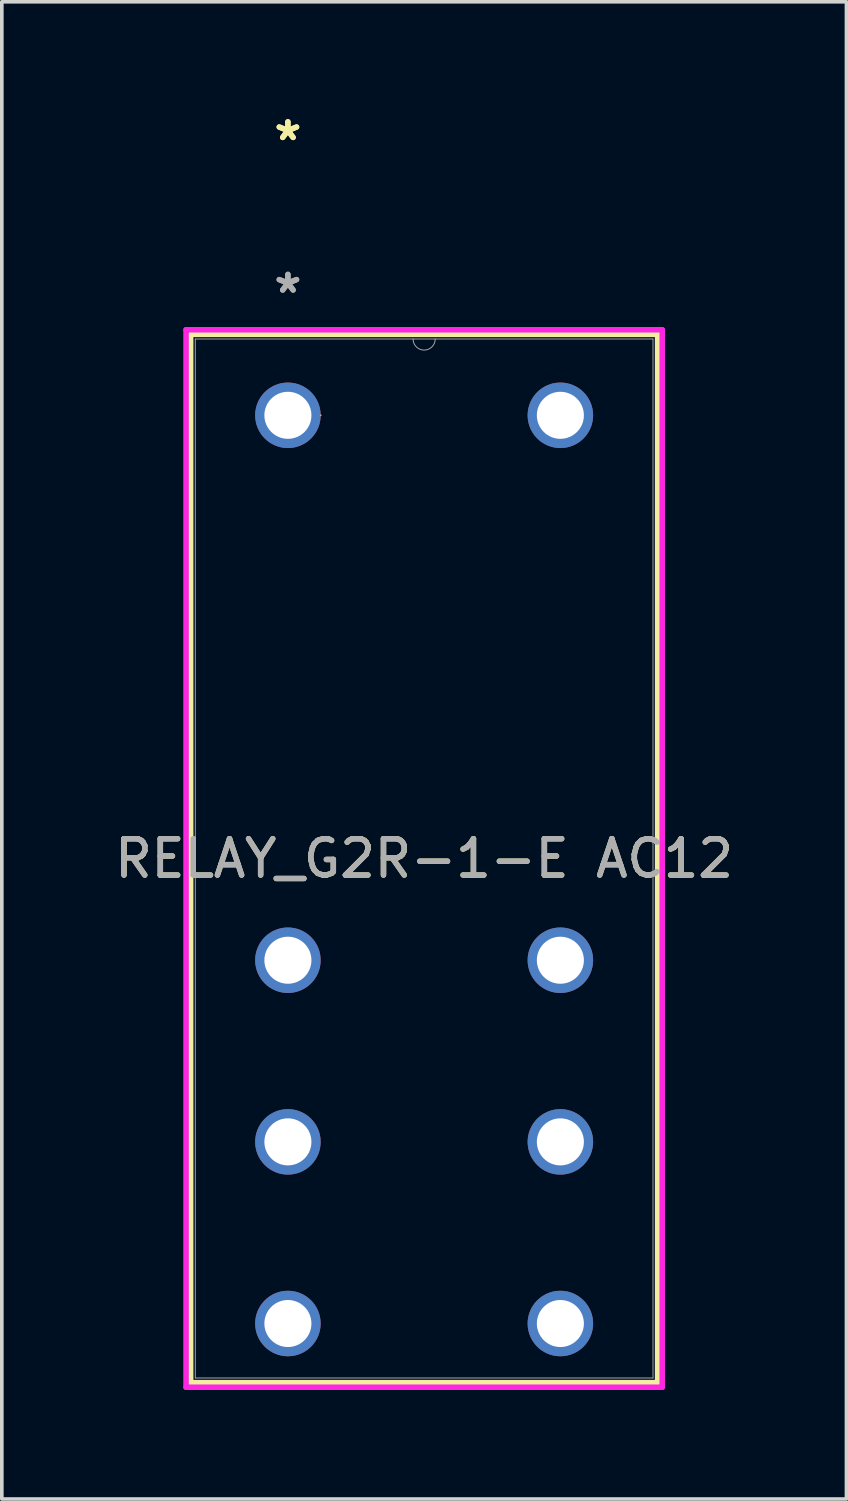
<source format=kicad_pcb>
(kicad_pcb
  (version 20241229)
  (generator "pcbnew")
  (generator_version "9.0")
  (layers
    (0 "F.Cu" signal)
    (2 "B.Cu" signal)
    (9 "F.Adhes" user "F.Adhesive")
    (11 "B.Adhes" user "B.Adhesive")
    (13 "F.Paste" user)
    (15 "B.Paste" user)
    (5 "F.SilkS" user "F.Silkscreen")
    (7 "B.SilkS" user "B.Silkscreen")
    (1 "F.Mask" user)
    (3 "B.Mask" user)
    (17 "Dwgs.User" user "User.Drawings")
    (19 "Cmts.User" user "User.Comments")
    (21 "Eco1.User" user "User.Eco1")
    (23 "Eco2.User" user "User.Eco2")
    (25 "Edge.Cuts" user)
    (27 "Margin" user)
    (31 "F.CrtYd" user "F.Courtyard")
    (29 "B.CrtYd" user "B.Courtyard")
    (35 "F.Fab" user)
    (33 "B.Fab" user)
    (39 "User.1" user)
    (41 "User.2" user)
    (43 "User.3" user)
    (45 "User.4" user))
  (footprint "RELAY_G2R-1-E AC12"
    (layer "F.Cu")
    (at 12.375 32.782)
    (property "Reference" "RELAY_G2R-1-E AC12" (at -3.75 -12.2 0) (unlocked yes) (layer "F.SilkS") (effects (font (size 1 1) (thickness 0.15))))
    (attr through_hole)
    (fp_line (start -10.177 -26.627) (end -10.177 2.227) (stroke (width 0.152) (type solid)) (layer "F.SilkS"))
    (fp_line (start -10.177 2.227) (end 2.677 2.227) (stroke (width 0.152) (type solid)) (layer "F.SilkS"))
    (fp_line (start 2.677 -26.627) (end -10.177 -26.627) (stroke (width 0.152) (type solid)) (layer "F.SilkS"))
    (fp_line (start 2.677 2.227) (end 2.677 -26.627) (stroke (width 0.152) (type solid)) (layer "F.SilkS"))
    (fp_line (start -10.304 -26.754) (end 2.804 -26.754) (stroke (width 0.152) (type solid)) (layer "F.CrtYd"))
    (fp_line (start -10.304 2.354) (end -10.304 -26.754) (stroke (width 0.152) (type solid)) (layer "F.CrtYd"))
    (fp_line (start 2.804 -26.754) (end 2.804 2.354) (stroke (width 0.152) (type solid)) (layer "F.CrtYd"))
    (fp_line (start 2.804 2.354) (end -10.304 2.354) (stroke (width 0.152) (type solid)) (layer "F.CrtYd"))
    (fp_line (start -10.05 -26.5) (end -10.05 2.1) (stroke (width 0.025) (type solid)) (layer "F.Fab"))
    (fp_line (start -10.05 2.1) (end 2.55 2.1) (stroke (width 0.025) (type solid)) (layer "F.Fab"))
    (fp_line (start 2.55 -26.5) (end -10.05 -26.5) (stroke (width 0.025) (type solid)) (layer "F.Fab"))
    (fp_line (start 2.55 2.1) (end 2.55 -26.5) (stroke (width 0.025) (type solid)) (layer "F.Fab"))
    (fp_arc (start -3.4452 -26.499994) (mid -3.75 -26.195194) (end -4.0548 -26.499994) (stroke (width 0.0254) (type solid)) (layer "F.Fab"))
    (fp_circle (center -6.598 -24.4) (end -6.598 -24.4) (stroke (width 0.025) (type solid)) (fill no) (layer "F.Fab"))
    (fp_text user "*" (at -7.5 -31.933 0) (layer "F.SilkS") (effects (font (size 1 1) (thickness 0.15))))
    (fp_text user "*" (at -7.5 -31.933 0) (unlocked yes) (layer "F.SilkS") (effects (font (size 1 1) (thickness 0.15))))
    (fp_text user "*" (at -7.5 -27.733 0) (layer "F.Fab") (effects (font (size 1 1) (thickness 0.15))))
    (fp_text user "${REFERENCE}" (at -3.75 -12.2 0) (unlocked yes) (layer "F.Fab") (effects (font (size 1 1) (thickness 0.15))))
    (fp_text user "*" (at -7.5 -27.733 0) (unlocked yes) (layer "F.Fab") (effects (font (size 1 1) (thickness 0.15))))
    (pad "1" thru_hole circle (at -7.5 -24.4) (size 1.803 1.803) (drill 1.295) (layers "*.Cu" "*.Mask"))
    (pad "2" thru_hole circle (at -7.5 -9.4) (size 1.803 1.803) (drill 1.295) (layers "*.Cu" "*.Mask"))
    (pad "3" thru_hole circle (at -7.5 -4.4) (size 1.803 1.803) (drill 1.295) (layers "*.Cu" "*.Mask"))
    (pad "4" thru_hole circle (at -7.5 0.6) (size 1.803 1.803) (drill 1.295) (layers "*.Cu" "*.Mask"))
    (pad "5" thru_hole circle (at 0 0.6) (size 1.803 1.803) (drill 1.295) (layers "*.Cu" "*.Mask"))
    (pad "6" thru_hole circle (at 0 -4.4) (size 1.803 1.803) (drill 1.295) (layers "*.Cu" "*.Mask"))
    (pad "7" thru_hole circle (at 0 -9.4) (size 1.803 1.803) (drill 1.295) (layers "*.Cu" "*.Mask"))
    (pad "8" thru_hole circle (at 0 -24.4) (size 1.803 1.803) (drill 1.295) (layers "*.Cu" "*.Mask")))
  (gr_rect
    (start -3 -3)
    (end 20.25 38.212)
    (stroke (width 0.1) (type default))
    (fill no)
    (layer "Edge.Cuts")))
</source>
